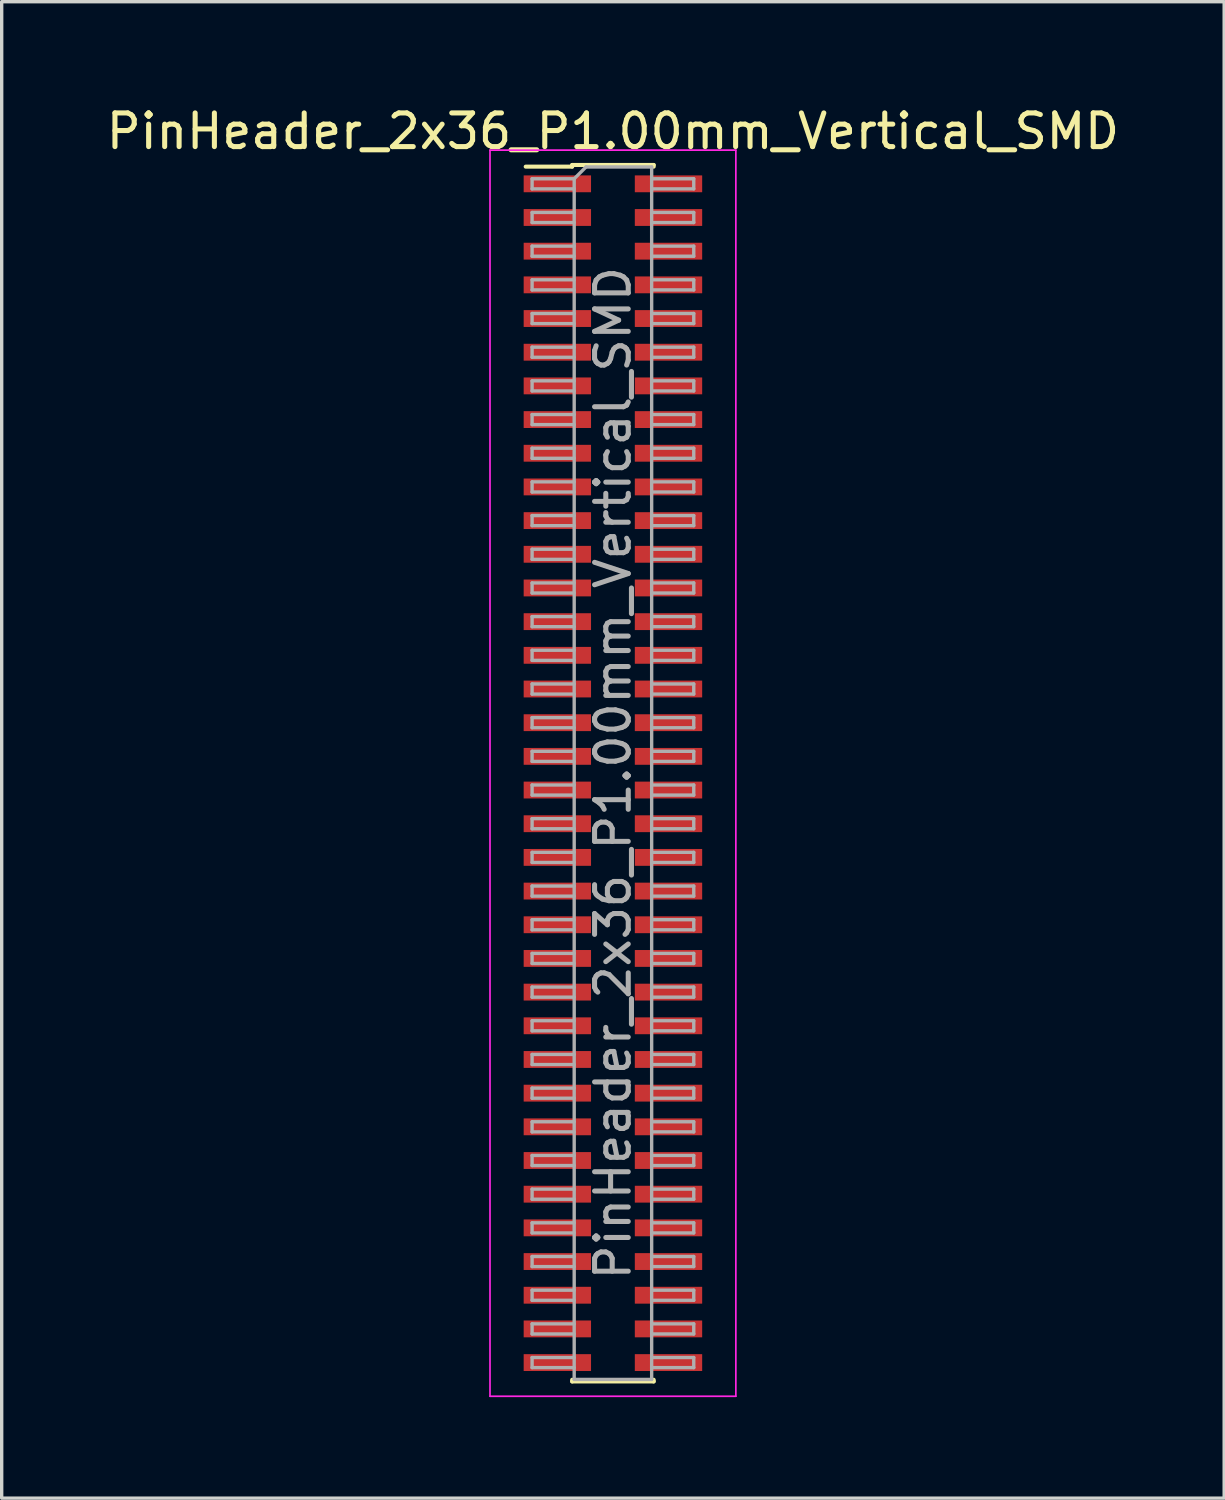
<source format=kicad_pcb>
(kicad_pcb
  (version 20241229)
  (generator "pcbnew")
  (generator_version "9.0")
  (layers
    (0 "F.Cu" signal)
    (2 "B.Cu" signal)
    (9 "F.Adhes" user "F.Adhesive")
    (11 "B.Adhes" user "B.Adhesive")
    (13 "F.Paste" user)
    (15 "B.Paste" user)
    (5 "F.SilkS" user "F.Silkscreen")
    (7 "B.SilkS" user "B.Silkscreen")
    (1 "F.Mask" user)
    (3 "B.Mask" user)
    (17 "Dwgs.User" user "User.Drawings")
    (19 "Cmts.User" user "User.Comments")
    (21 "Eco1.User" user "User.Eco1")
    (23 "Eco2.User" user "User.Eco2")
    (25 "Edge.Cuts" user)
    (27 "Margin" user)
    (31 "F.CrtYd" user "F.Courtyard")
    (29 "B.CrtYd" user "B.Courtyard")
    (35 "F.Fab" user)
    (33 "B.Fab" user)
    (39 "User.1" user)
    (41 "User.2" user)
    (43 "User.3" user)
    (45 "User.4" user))
  (footprint "PinHeader_2x36_P1.00mm_Vertical_SMD"
    (layer "F.Cu")
    (at 15.149 19.908)
    (property "Reference" "PinHeader_2x36_P1.00mm_Vertical_SMD" (at 0 -19.06 0) (layer "F.SilkS") (effects (font (size 1 1) (thickness 0.15))))
    (attr smd)
    (fp_line (start -2.59 -18.01) (end -1.21 -18.01) (stroke (width 0.12) (type solid)) (layer "F.SilkS"))
    (fp_line (start -1.21 -18.06) (end -1.21 -18.01) (stroke (width 0.12) (type solid)) (layer "F.SilkS"))
    (fp_line (start -1.21 -18.06) (end 1.21 -18.06) (stroke (width 0.12) (type solid)) (layer "F.SilkS"))
    (fp_line (start -1.21 18.01) (end -1.21 18.06) (stroke (width 0.12) (type solid)) (layer "F.SilkS"))
    (fp_line (start -1.21 18.06) (end 1.21 18.06) (stroke (width 0.12) (type solid)) (layer "F.SilkS"))
    (fp_line (start 1.21 -18.06) (end 1.21 -18.01) (stroke (width 0.12) (type solid)) (layer "F.SilkS"))
    (fp_line (start 1.21 18.01) (end 1.21 18.06) (stroke (width 0.12) (type solid)) (layer "F.SilkS"))
    (fp_line (start -3.65 -18.5) (end -3.65 18.5) (stroke (width 0.05) (type solid)) (layer "F.CrtYd"))
    (fp_line (start -3.65 18.5) (end 3.65 18.5) (stroke (width 0.05) (type solid)) (layer "F.CrtYd"))
    (fp_line (start 3.65 -18.5) (end -3.65 -18.5) (stroke (width 0.05) (type solid)) (layer "F.CrtYd"))
    (fp_line (start 3.65 18.5) (end 3.65 -18.5) (stroke (width 0.05) (type solid)) (layer "F.CrtYd"))
    (fp_line (start -2.4 -17.65) (end -2.4 -17.35) (stroke (width 0.1) (type solid)) (layer "F.Fab"))
    (fp_line (start -2.4 -17.35) (end -1.15 -17.35) (stroke (width 0.1) (type solid)) (layer "F.Fab"))
    (fp_line (start -2.4 -16.65) (end -2.4 -16.35) (stroke (width 0.1) (type solid)) (layer "F.Fab"))
    (fp_line (start -2.4 -16.35) (end -1.15 -16.35) (stroke (width 0.1) (type solid)) (layer "F.Fab"))
    (fp_line (start -2.4 -15.65) (end -2.4 -15.35) (stroke (width 0.1) (type solid)) (layer "F.Fab"))
    (fp_line (start -2.4 -15.35) (end -1.15 -15.35) (stroke (width 0.1) (type solid)) (layer "F.Fab"))
    (fp_line (start -2.4 -14.65) (end -2.4 -14.35) (stroke (width 0.1) (type solid)) (layer "F.Fab"))
    (fp_line (start -2.4 -14.35) (end -1.15 -14.35) (stroke (width 0.1) (type solid)) (layer "F.Fab"))
    (fp_line (start -2.4 -13.65) (end -2.4 -13.35) (stroke (width 0.1) (type solid)) (layer "F.Fab"))
    (fp_line (start -2.4 -13.35) (end -1.15 -13.35) (stroke (width 0.1) (type solid)) (layer "F.Fab"))
    (fp_line (start -2.4 -12.65) (end -2.4 -12.35) (stroke (width 0.1) (type solid)) (layer "F.Fab"))
    (fp_line (start -2.4 -12.35) (end -1.15 -12.35) (stroke (width 0.1) (type solid)) (layer "F.Fab"))
    (fp_line (start -2.4 -11.65) (end -2.4 -11.35) (stroke (width 0.1) (type solid)) (layer "F.Fab"))
    (fp_line (start -2.4 -11.35) (end -1.15 -11.35) (stroke (width 0.1) (type solid)) (layer "F.Fab"))
    (fp_line (start -2.4 -10.65) (end -2.4 -10.35) (stroke (width 0.1) (type solid)) (layer "F.Fab"))
    (fp_line (start -2.4 -10.35) (end -1.15 -10.35) (stroke (width 0.1) (type solid)) (layer "F.Fab"))
    (fp_line (start -2.4 -9.65) (end -2.4 -9.35) (stroke (width 0.1) (type solid)) (layer "F.Fab"))
    (fp_line (start -2.4 -9.35) (end -1.15 -9.35) (stroke (width 0.1) (type solid)) (layer "F.Fab"))
    (fp_line (start -2.4 -8.65) (end -2.4 -8.35) (stroke (width 0.1) (type solid)) (layer "F.Fab"))
    (fp_line (start -2.4 -8.35) (end -1.15 -8.35) (stroke (width 0.1) (type solid)) (layer "F.Fab"))
    (fp_line (start -2.4 -7.65) (end -2.4 -7.35) (stroke (width 0.1) (type solid)) (layer "F.Fab"))
    (fp_line (start -2.4 -7.35) (end -1.15 -7.35) (stroke (width 0.1) (type solid)) (layer "F.Fab"))
    (fp_line (start -2.4 -6.65) (end -2.4 -6.35) (stroke (width 0.1) (type solid)) (layer "F.Fab"))
    (fp_line (start -2.4 -6.35) (end -1.15 -6.35) (stroke (width 0.1) (type solid)) (layer "F.Fab"))
    (fp_line (start -2.4 -5.65) (end -2.4 -5.35) (stroke (width 0.1) (type solid)) (layer "F.Fab"))
    (fp_line (start -2.4 -5.35) (end -1.15 -5.35) (stroke (width 0.1) (type solid)) (layer "F.Fab"))
    (fp_line (start -2.4 -4.65) (end -2.4 -4.35) (stroke (width 0.1) (type solid)) (layer "F.Fab"))
    (fp_line (start -2.4 -4.35) (end -1.15 -4.35) (stroke (width 0.1) (type solid)) (layer "F.Fab"))
    (fp_line (start -2.4 -3.65) (end -2.4 -3.35) (stroke (width 0.1) (type solid)) (layer "F.Fab"))
    (fp_line (start -2.4 -3.35) (end -1.15 -3.35) (stroke (width 0.1) (type solid)) (layer "F.Fab"))
    (fp_line (start -2.4 -2.65) (end -2.4 -2.35) (stroke (width 0.1) (type solid)) (layer "F.Fab"))
    (fp_line (start -2.4 -2.35) (end -1.15 -2.35) (stroke (width 0.1) (type solid)) (layer "F.Fab"))
    (fp_line (start -2.4 -1.65) (end -2.4 -1.35) (stroke (width 0.1) (type solid)) (layer "F.Fab"))
    (fp_line (start -2.4 -1.35) (end -1.15 -1.35) (stroke (width 0.1) (type solid)) (layer "F.Fab"))
    (fp_line (start -2.4 -0.65) (end -2.4 -0.35) (stroke (width 0.1) (type solid)) (layer "F.Fab"))
    (fp_line (start -2.4 -0.35) (end -1.15 -0.35) (stroke (width 0.1) (type solid)) (layer "F.Fab"))
    (fp_line (start -2.4 0.35) (end -2.4 0.65) (stroke (width 0.1) (type solid)) (layer "F.Fab"))
    (fp_line (start -2.4 0.65) (end -1.15 0.65) (stroke (width 0.1) (type solid)) (layer "F.Fab"))
    (fp_line (start -2.4 1.35) (end -2.4 1.65) (stroke (width 0.1) (type solid)) (layer "F.Fab"))
    (fp_line (start -2.4 1.65) (end -1.15 1.65) (stroke (width 0.1) (type solid)) (layer "F.Fab"))
    (fp_line (start -2.4 2.35) (end -2.4 2.65) (stroke (width 0.1) (type solid)) (layer "F.Fab"))
    (fp_line (start -2.4 2.65) (end -1.15 2.65) (stroke (width 0.1) (type solid)) (layer "F.Fab"))
    (fp_line (start -2.4 3.35) (end -2.4 3.65) (stroke (width 0.1) (type solid)) (layer "F.Fab"))
    (fp_line (start -2.4 3.65) (end -1.15 3.65) (stroke (width 0.1) (type solid)) (layer "F.Fab"))
    (fp_line (start -2.4 4.35) (end -2.4 4.65) (stroke (width 0.1) (type solid)) (layer "F.Fab"))
    (fp_line (start -2.4 4.65) (end -1.15 4.65) (stroke (width 0.1) (type solid)) (layer "F.Fab"))
    (fp_line (start -2.4 5.35) (end -2.4 5.65) (stroke (width 0.1) (type solid)) (layer "F.Fab"))
    (fp_line (start -2.4 5.65) (end -1.15 5.65) (stroke (width 0.1) (type solid)) (layer "F.Fab"))
    (fp_line (start -2.4 6.35) (end -2.4 6.65) (stroke (width 0.1) (type solid)) (layer "F.Fab"))
    (fp_line (start -2.4 6.65) (end -1.15 6.65) (stroke (width 0.1) (type solid)) (layer "F.Fab"))
    (fp_line (start -2.4 7.35) (end -2.4 7.65) (stroke (width 0.1) (type solid)) (layer "F.Fab"))
    (fp_line (start -2.4 7.65) (end -1.15 7.65) (stroke (width 0.1) (type solid)) (layer "F.Fab"))
    (fp_line (start -2.4 8.35) (end -2.4 8.65) (stroke (width 0.1) (type solid)) (layer "F.Fab"))
    (fp_line (start -2.4 8.65) (end -1.15 8.65) (stroke (width 0.1) (type solid)) (layer "F.Fab"))
    (fp_line (start -2.4 9.35) (end -2.4 9.65) (stroke (width 0.1) (type solid)) (layer "F.Fab"))
    (fp_line (start -2.4 9.65) (end -1.15 9.65) (stroke (width 0.1) (type solid)) (layer "F.Fab"))
    (fp_line (start -2.4 10.35) (end -2.4 10.65) (stroke (width 0.1) (type solid)) (layer "F.Fab"))
    (fp_line (start -2.4 10.65) (end -1.15 10.65) (stroke (width 0.1) (type solid)) (layer "F.Fab"))
    (fp_line (start -2.4 11.35) (end -2.4 11.65) (stroke (width 0.1) (type solid)) (layer "F.Fab"))
    (fp_line (start -2.4 11.65) (end -1.15 11.65) (stroke (width 0.1) (type solid)) (layer "F.Fab"))
    (fp_line (start -2.4 12.35) (end -2.4 12.65) (stroke (width 0.1) (type solid)) (layer "F.Fab"))
    (fp_line (start -2.4 12.65) (end -1.15 12.65) (stroke (width 0.1) (type solid)) (layer "F.Fab"))
    (fp_line (start -2.4 13.35) (end -2.4 13.65) (stroke (width 0.1) (type solid)) (layer "F.Fab"))
    (fp_line (start -2.4 13.65) (end -1.15 13.65) (stroke (width 0.1) (type solid)) (layer "F.Fab"))
    (fp_line (start -2.4 14.35) (end -2.4 14.65) (stroke (width 0.1) (type solid)) (layer "F.Fab"))
    (fp_line (start -2.4 14.65) (end -1.15 14.65) (stroke (width 0.1) (type solid)) (layer "F.Fab"))
    (fp_line (start -2.4 15.35) (end -2.4 15.65) (stroke (width 0.1) (type solid)) (layer "F.Fab"))
    (fp_line (start -2.4 15.65) (end -1.15 15.65) (stroke (width 0.1) (type solid)) (layer "F.Fab"))
    (fp_line (start -2.4 16.35) (end -2.4 16.65) (stroke (width 0.1) (type solid)) (layer "F.Fab"))
    (fp_line (start -2.4 16.65) (end -1.15 16.65) (stroke (width 0.1) (type solid)) (layer "F.Fab"))
    (fp_line (start -2.4 17.35) (end -2.4 17.65) (stroke (width 0.1) (type solid)) (layer "F.Fab"))
    (fp_line (start -2.4 17.65) (end -1.15 17.65) (stroke (width 0.1) (type solid)) (layer "F.Fab"))
    (fp_line (start -1.15 -17.65) (end -2.4 -17.65) (stroke (width 0.1) (type solid)) (layer "F.Fab"))
    (fp_line (start -1.15 -17.65) (end -0.8 -18) (stroke (width 0.1) (type solid)) (layer "F.Fab"))
    (fp_line (start -1.15 -16.65) (end -2.4 -16.65) (stroke (width 0.1) (type solid)) (layer "F.Fab"))
    (fp_line (start -1.15 -15.65) (end -2.4 -15.65) (stroke (width 0.1) (type solid)) (layer "F.Fab"))
    (fp_line (start -1.15 -14.65) (end -2.4 -14.65) (stroke (width 0.1) (type solid)) (layer "F.Fab"))
    (fp_line (start -1.15 -13.65) (end -2.4 -13.65) (stroke (width 0.1) (type solid)) (layer "F.Fab"))
    (fp_line (start -1.15 -12.65) (end -2.4 -12.65) (stroke (width 0.1) (type solid)) (layer "F.Fab"))
    (fp_line (start -1.15 -11.65) (end -2.4 -11.65) (stroke (width 0.1) (type solid)) (layer "F.Fab"))
    (fp_line (start -1.15 -10.65) (end -2.4 -10.65) (stroke (width 0.1) (type solid)) (layer "F.Fab"))
    (fp_line (start -1.15 -9.65) (end -2.4 -9.65) (stroke (width 0.1) (type solid)) (layer "F.Fab"))
    (fp_line (start -1.15 -8.65) (end -2.4 -8.65) (stroke (width 0.1) (type solid)) (layer "F.Fab"))
    (fp_line (start -1.15 -7.65) (end -2.4 -7.65) (stroke (width 0.1) (type solid)) (layer "F.Fab"))
    (fp_line (start -1.15 -6.65) (end -2.4 -6.65) (stroke (width 0.1) (type solid)) (layer "F.Fab"))
    (fp_line (start -1.15 -5.65) (end -2.4 -5.65) (stroke (width 0.1) (type solid)) (layer "F.Fab"))
    (fp_line (start -1.15 -4.65) (end -2.4 -4.65) (stroke (width 0.1) (type solid)) (layer "F.Fab"))
    (fp_line (start -1.15 -3.65) (end -2.4 -3.65) (stroke (width 0.1) (type solid)) (layer "F.Fab"))
    (fp_line (start -1.15 -2.65) (end -2.4 -2.65) (stroke (width 0.1) (type solid)) (layer "F.Fab"))
    (fp_line (start -1.15 -1.65) (end -2.4 -1.65) (stroke (width 0.1) (type solid)) (layer "F.Fab"))
    (fp_line (start -1.15 -0.65) (end -2.4 -0.65) (stroke (width 0.1) (type solid)) (layer "F.Fab"))
    (fp_line (start -1.15 0.35) (end -2.4 0.35) (stroke (width 0.1) (type solid)) (layer "F.Fab"))
    (fp_line (start -1.15 1.35) (end -2.4 1.35) (stroke (width 0.1) (type solid)) (layer "F.Fab"))
    (fp_line (start -1.15 2.35) (end -2.4 2.35) (stroke (width 0.1) (type solid)) (layer "F.Fab"))
    (fp_line (start -1.15 3.35) (end -2.4 3.35) (stroke (width 0.1) (type solid)) (layer "F.Fab"))
    (fp_line (start -1.15 4.35) (end -2.4 4.35) (stroke (width 0.1) (type solid)) (layer "F.Fab"))
    (fp_line (start -1.15 5.35) (end -2.4 5.35) (stroke (width 0.1) (type solid)) (layer "F.Fab"))
    (fp_line (start -1.15 6.35) (end -2.4 6.35) (stroke (width 0.1) (type solid)) (layer "F.Fab"))
    (fp_line (start -1.15 7.35) (end -2.4 7.35) (stroke (width 0.1) (type solid)) (layer "F.Fab"))
    (fp_line (start -1.15 8.35) (end -2.4 8.35) (stroke (width 0.1) (type solid)) (layer "F.Fab"))
    (fp_line (start -1.15 9.35) (end -2.4 9.35) (stroke (width 0.1) (type solid)) (layer "F.Fab"))
    (fp_line (start -1.15 10.35) (end -2.4 10.35) (stroke (width 0.1) (type solid)) (layer "F.Fab"))
    (fp_line (start -1.15 11.35) (end -2.4 11.35) (stroke (width 0.1) (type solid)) (layer "F.Fab"))
    (fp_line (start -1.15 12.35) (end -2.4 12.35) (stroke (width 0.1) (type solid)) (layer "F.Fab"))
    (fp_line (start -1.15 13.35) (end -2.4 13.35) (stroke (width 0.1) (type solid)) (layer "F.Fab"))
    (fp_line (start -1.15 14.35) (end -2.4 14.35) (stroke (width 0.1) (type solid)) (layer "F.Fab"))
    (fp_line (start -1.15 15.35) (end -2.4 15.35) (stroke (width 0.1) (type solid)) (layer "F.Fab"))
    (fp_line (start -1.15 16.35) (end -2.4 16.35) (stroke (width 0.1) (type solid)) (layer "F.Fab"))
    (fp_line (start -1.15 17.35) (end -2.4 17.35) (stroke (width 0.1) (type solid)) (layer "F.Fab"))
    (fp_line (start -1.15 18) (end -1.15 -17.65) (stroke (width 0.1) (type solid)) (layer "F.Fab"))
    (fp_line (start -0.8 -18) (end 1.15 -18) (stroke (width 0.1) (type solid)) (layer "F.Fab"))
    (fp_line (start 1.15 -18) (end 1.15 18) (stroke (width 0.1) (type solid)) (layer "F.Fab"))
    (fp_line (start 1.15 -17.65) (end 2.4 -17.65) (stroke (width 0.1) (type solid)) (layer "F.Fab"))
    (fp_line (start 1.15 -16.65) (end 2.4 -16.65) (stroke (width 0.1) (type solid)) (layer "F.Fab"))
    (fp_line (start 1.15 -15.65) (end 2.4 -15.65) (stroke (width 0.1) (type solid)) (layer "F.Fab"))
    (fp_line (start 1.15 -14.65) (end 2.4 -14.65) (stroke (width 0.1) (type solid)) (layer "F.Fab"))
    (fp_line (start 1.15 -13.65) (end 2.4 -13.65) (stroke (width 0.1) (type solid)) (layer "F.Fab"))
    (fp_line (start 1.15 -12.65) (end 2.4 -12.65) (stroke (width 0.1) (type solid)) (layer "F.Fab"))
    (fp_line (start 1.15 -11.65) (end 2.4 -11.65) (stroke (width 0.1) (type solid)) (layer "F.Fab"))
    (fp_line (start 1.15 -10.65) (end 2.4 -10.65) (stroke (width 0.1) (type solid)) (layer "F.Fab"))
    (fp_line (start 1.15 -9.65) (end 2.4 -9.65) (stroke (width 0.1) (type solid)) (layer "F.Fab"))
    (fp_line (start 1.15 -8.65) (end 2.4 -8.65) (stroke (width 0.1) (type solid)) (layer "F.Fab"))
    (fp_line (start 1.15 -7.65) (end 2.4 -7.65) (stroke (width 0.1) (type solid)) (layer "F.Fab"))
    (fp_line (start 1.15 -6.65) (end 2.4 -6.65) (stroke (width 0.1) (type solid)) (layer "F.Fab"))
    (fp_line (start 1.15 -5.65) (end 2.4 -5.65) (stroke (width 0.1) (type solid)) (layer "F.Fab"))
    (fp_line (start 1.15 -4.65) (end 2.4 -4.65) (stroke (width 0.1) (type solid)) (layer "F.Fab"))
    (fp_line (start 1.15 -3.65) (end 2.4 -3.65) (stroke (width 0.1) (type solid)) (layer "F.Fab"))
    (fp_line (start 1.15 -2.65) (end 2.4 -2.65) (stroke (width 0.1) (type solid)) (layer "F.Fab"))
    (fp_line (start 1.15 -1.65) (end 2.4 -1.65) (stroke (width 0.1) (type solid)) (layer "F.Fab"))
    (fp_line (start 1.15 -0.65) (end 2.4 -0.65) (stroke (width 0.1) (type solid)) (layer "F.Fab"))
    (fp_line (start 1.15 0.35) (end 2.4 0.35) (stroke (width 0.1) (type solid)) (layer "F.Fab"))
    (fp_line (start 1.15 1.35) (end 2.4 1.35) (stroke (width 0.1) (type solid)) (layer "F.Fab"))
    (fp_line (start 1.15 2.35) (end 2.4 2.35) (stroke (width 0.1) (type solid)) (layer "F.Fab"))
    (fp_line (start 1.15 3.35) (end 2.4 3.35) (stroke (width 0.1) (type solid)) (layer "F.Fab"))
    (fp_line (start 1.15 4.35) (end 2.4 4.35) (stroke (width 0.1) (type solid)) (layer "F.Fab"))
    (fp_line (start 1.15 5.35) (end 2.4 5.35) (stroke (width 0.1) (type solid)) (layer "F.Fab"))
    (fp_line (start 1.15 6.35) (end 2.4 6.35) (stroke (width 0.1) (type solid)) (layer "F.Fab"))
    (fp_line (start 1.15 7.35) (end 2.4 7.35) (stroke (width 0.1) (type solid)) (layer "F.Fab"))
    (fp_line (start 1.15 8.35) (end 2.4 8.35) (stroke (width 0.1) (type solid)) (layer "F.Fab"))
    (fp_line (start 1.15 9.35) (end 2.4 9.35) (stroke (width 0.1) (type solid)) (layer "F.Fab"))
    (fp_line (start 1.15 10.35) (end 2.4 10.35) (stroke (width 0.1) (type solid)) (layer "F.Fab"))
    (fp_line (start 1.15 11.35) (end 2.4 11.35) (stroke (width 0.1) (type solid)) (layer "F.Fab"))
    (fp_line (start 1.15 12.35) (end 2.4 12.35) (stroke (width 0.1) (type solid)) (layer "F.Fab"))
    (fp_line (start 1.15 13.35) (end 2.4 13.35) (stroke (width 0.1) (type solid)) (layer "F.Fab"))
    (fp_line (start 1.15 14.35) (end 2.4 14.35) (stroke (width 0.1) (type solid)) (layer "F.Fab"))
    (fp_line (start 1.15 15.35) (end 2.4 15.35) (stroke (width 0.1) (type solid)) (layer "F.Fab"))
    (fp_line (start 1.15 16.35) (end 2.4 16.35) (stroke (width 0.1) (type solid)) (layer "F.Fab"))
    (fp_line (start 1.15 17.35) (end 2.4 17.35) (stroke (width 0.1) (type solid)) (layer "F.Fab"))
    (fp_line (start 1.15 18) (end -1.15 18) (stroke (width 0.1) (type solid)) (layer "F.Fab"))
    (fp_line (start 2.4 -17.65) (end 2.4 -17.35) (stroke (width 0.1) (type solid)) (layer "F.Fab"))
    (fp_line (start 2.4 -17.35) (end 1.15 -17.35) (stroke (width 0.1) (type solid)) (layer "F.Fab"))
    (fp_line (start 2.4 -16.65) (end 2.4 -16.35) (stroke (width 0.1) (type solid)) (layer "F.Fab"))
    (fp_line (start 2.4 -16.35) (end 1.15 -16.35) (stroke (width 0.1) (type solid)) (layer "F.Fab"))
    (fp_line (start 2.4 -15.65) (end 2.4 -15.35) (stroke (width 0.1) (type solid)) (layer "F.Fab"))
    (fp_line (start 2.4 -15.35) (end 1.15 -15.35) (stroke (width 0.1) (type solid)) (layer "F.Fab"))
    (fp_line (start 2.4 -14.65) (end 2.4 -14.35) (stroke (width 0.1) (type solid)) (layer "F.Fab"))
    (fp_line (start 2.4 -14.35) (end 1.15 -14.35) (stroke (width 0.1) (type solid)) (layer "F.Fab"))
    (fp_line (start 2.4 -13.65) (end 2.4 -13.35) (stroke (width 0.1) (type solid)) (layer "F.Fab"))
    (fp_line (start 2.4 -13.35) (end 1.15 -13.35) (stroke (width 0.1) (type solid)) (layer "F.Fab"))
    (fp_line (start 2.4 -12.65) (end 2.4 -12.35) (stroke (width 0.1) (type solid)) (layer "F.Fab"))
    (fp_line (start 2.4 -12.35) (end 1.15 -12.35) (stroke (width 0.1) (type solid)) (layer "F.Fab"))
    (fp_line (start 2.4 -11.65) (end 2.4 -11.35) (stroke (width 0.1) (type solid)) (layer "F.Fab"))
    (fp_line (start 2.4 -11.35) (end 1.15 -11.35) (stroke (width 0.1) (type solid)) (layer "F.Fab"))
    (fp_line (start 2.4 -10.65) (end 2.4 -10.35) (stroke (width 0.1) (type solid)) (layer "F.Fab"))
    (fp_line (start 2.4 -10.35) (end 1.15 -10.35) (stroke (width 0.1) (type solid)) (layer "F.Fab"))
    (fp_line (start 2.4 -9.65) (end 2.4 -9.35) (stroke (width 0.1) (type solid)) (layer "F.Fab"))
    (fp_line (start 2.4 -9.35) (end 1.15 -9.35) (stroke (width 0.1) (type solid)) (layer "F.Fab"))
    (fp_line (start 2.4 -8.65) (end 2.4 -8.35) (stroke (width 0.1) (type solid)) (layer "F.Fab"))
    (fp_line (start 2.4 -8.35) (end 1.15 -8.35) (stroke (width 0.1) (type solid)) (layer "F.Fab"))
    (fp_line (start 2.4 -7.65) (end 2.4 -7.35) (stroke (width 0.1) (type solid)) (layer "F.Fab"))
    (fp_line (start 2.4 -7.35) (end 1.15 -7.35) (stroke (width 0.1) (type solid)) (layer "F.Fab"))
    (fp_line (start 2.4 -6.65) (end 2.4 -6.35) (stroke (width 0.1) (type solid)) (layer "F.Fab"))
    (fp_line (start 2.4 -6.35) (end 1.15 -6.35) (stroke (width 0.1) (type solid)) (layer "F.Fab"))
    (fp_line (start 2.4 -5.65) (end 2.4 -5.35) (stroke (width 0.1) (type solid)) (layer "F.Fab"))
    (fp_line (start 2.4 -5.35) (end 1.15 -5.35) (stroke (width 0.1) (type solid)) (layer "F.Fab"))
    (fp_line (start 2.4 -4.65) (end 2.4 -4.35) (stroke (width 0.1) (type solid)) (layer "F.Fab"))
    (fp_line (start 2.4 -4.35) (end 1.15 -4.35) (stroke (width 0.1) (type solid)) (layer "F.Fab"))
    (fp_line (start 2.4 -3.65) (end 2.4 -3.35) (stroke (width 0.1) (type solid)) (layer "F.Fab"))
    (fp_line (start 2.4 -3.35) (end 1.15 -3.35) (stroke (width 0.1) (type solid)) (layer "F.Fab"))
    (fp_line (start 2.4 -2.65) (end 2.4 -2.35) (stroke (width 0.1) (type solid)) (layer "F.Fab"))
    (fp_line (start 2.4 -2.35) (end 1.15 -2.35) (stroke (width 0.1) (type solid)) (layer "F.Fab"))
    (fp_line (start 2.4 -1.65) (end 2.4 -1.35) (stroke (width 0.1) (type solid)) (layer "F.Fab"))
    (fp_line (start 2.4 -1.35) (end 1.15 -1.35) (stroke (width 0.1) (type solid)) (layer "F.Fab"))
    (fp_line (start 2.4 -0.65) (end 2.4 -0.35) (stroke (width 0.1) (type solid)) (layer "F.Fab"))
    (fp_line (start 2.4 -0.35) (end 1.15 -0.35) (stroke (width 0.1) (type solid)) (layer "F.Fab"))
    (fp_line (start 2.4 0.35) (end 2.4 0.65) (stroke (width 0.1) (type solid)) (layer "F.Fab"))
    (fp_line (start 2.4 0.65) (end 1.15 0.65) (stroke (width 0.1) (type solid)) (layer "F.Fab"))
    (fp_line (start 2.4 1.35) (end 2.4 1.65) (stroke (width 0.1) (type solid)) (layer "F.Fab"))
    (fp_line (start 2.4 1.65) (end 1.15 1.65) (stroke (width 0.1) (type solid)) (layer "F.Fab"))
    (fp_line (start 2.4 2.35) (end 2.4 2.65) (stroke (width 0.1) (type solid)) (layer "F.Fab"))
    (fp_line (start 2.4 2.65) (end 1.15 2.65) (stroke (width 0.1) (type solid)) (layer "F.Fab"))
    (fp_line (start 2.4 3.35) (end 2.4 3.65) (stroke (width 0.1) (type solid)) (layer "F.Fab"))
    (fp_line (start 2.4 3.65) (end 1.15 3.65) (stroke (width 0.1) (type solid)) (layer "F.Fab"))
    (fp_line (start 2.4 4.35) (end 2.4 4.65) (stroke (width 0.1) (type solid)) (layer "F.Fab"))
    (fp_line (start 2.4 4.65) (end 1.15 4.65) (stroke (width 0.1) (type solid)) (layer "F.Fab"))
    (fp_line (start 2.4 5.35) (end 2.4 5.65) (stroke (width 0.1) (type solid)) (layer "F.Fab"))
    (fp_line (start 2.4 5.65) (end 1.15 5.65) (stroke (width 0.1) (type solid)) (layer "F.Fab"))
    (fp_line (start 2.4 6.35) (end 2.4 6.65) (stroke (width 0.1) (type solid)) (layer "F.Fab"))
    (fp_line (start 2.4 6.65) (end 1.15 6.65) (stroke (width 0.1) (type solid)) (layer "F.Fab"))
    (fp_line (start 2.4 7.35) (end 2.4 7.65) (stroke (width 0.1) (type solid)) (layer "F.Fab"))
    (fp_line (start 2.4 7.65) (end 1.15 7.65) (stroke (width 0.1) (type solid)) (layer "F.Fab"))
    (fp_line (start 2.4 8.35) (end 2.4 8.65) (stroke (width 0.1) (type solid)) (layer "F.Fab"))
    (fp_line (start 2.4 8.65) (end 1.15 8.65) (stroke (width 0.1) (type solid)) (layer "F.Fab"))
    (fp_line (start 2.4 9.35) (end 2.4 9.65) (stroke (width 0.1) (type solid)) (layer "F.Fab"))
    (fp_line (start 2.4 9.65) (end 1.15 9.65) (stroke (width 0.1) (type solid)) (layer "F.Fab"))
    (fp_line (start 2.4 10.35) (end 2.4 10.65) (stroke (width 0.1) (type solid)) (layer "F.Fab"))
    (fp_line (start 2.4 10.65) (end 1.15 10.65) (stroke (width 0.1) (type solid)) (layer "F.Fab"))
    (fp_line (start 2.4 11.35) (end 2.4 11.65) (stroke (width 0.1) (type solid)) (layer "F.Fab"))
    (fp_line (start 2.4 11.65) (end 1.15 11.65) (stroke (width 0.1) (type solid)) (layer "F.Fab"))
    (fp_line (start 2.4 12.35) (end 2.4 12.65) (stroke (width 0.1) (type solid)) (layer "F.Fab"))
    (fp_line (start 2.4 12.65) (end 1.15 12.65) (stroke (width 0.1) (type solid)) (layer "F.Fab"))
    (fp_line (start 2.4 13.35) (end 2.4 13.65) (stroke (width 0.1) (type solid)) (layer "F.Fab"))
    (fp_line (start 2.4 13.65) (end 1.15 13.65) (stroke (width 0.1) (type solid)) (layer "F.Fab"))
    (fp_line (start 2.4 14.35) (end 2.4 14.65) (stroke (width 0.1) (type solid)) (layer "F.Fab"))
    (fp_line (start 2.4 14.65) (end 1.15 14.65) (stroke (width 0.1) (type solid)) (layer "F.Fab"))
    (fp_line (start 2.4 15.35) (end 2.4 15.65) (stroke (width 0.1) (type solid)) (layer "F.Fab"))
    (fp_line (start 2.4 15.65) (end 1.15 15.65) (stroke (width 0.1) (type solid)) (layer "F.Fab"))
    (fp_line (start 2.4 16.35) (end 2.4 16.65) (stroke (width 0.1) (type solid)) (layer "F.Fab"))
    (fp_line (start 2.4 16.65) (end 1.15 16.65) (stroke (width 0.1) (type solid)) (layer "F.Fab"))
    (fp_line (start 2.4 17.35) (end 2.4 17.65) (stroke (width 0.1) (type solid)) (layer "F.Fab"))
    (fp_line (start 2.4 17.65) (end 1.15 17.65) (stroke (width 0.1) (type solid)) (layer "F.Fab"))
    (fp_text user "${REFERENCE}" (at 0 0 90) (layer "F.Fab") (effects (font (size 1 1) (thickness 0.15))))
    (pad "1" smd rect (at -1.65 -17.5) (size 2 0.5) (layers "F.Cu" "F.Mask" "F.Paste"))
    (pad "2" smd rect (at 1.65 -17.5) (size 2 0.5) (layers "F.Cu" "F.Mask" "F.Paste"))
    (pad "3" smd rect (at -1.65 -16.5) (size 2 0.5) (layers "F.Cu" "F.Mask" "F.Paste"))
    (pad "4" smd rect (at 1.65 -16.5) (size 2 0.5) (layers "F.Cu" "F.Mask" "F.Paste"))
    (pad "5" smd rect (at -1.65 -15.5) (size 2 0.5) (layers "F.Cu" "F.Mask" "F.Paste"))
    (pad "6" smd rect (at 1.65 -15.5) (size 2 0.5) (layers "F.Cu" "F.Mask" "F.Paste"))
    (pad "7" smd rect (at -1.65 -14.5) (size 2 0.5) (layers "F.Cu" "F.Mask" "F.Paste"))
    (pad "8" smd rect (at 1.65 -14.5) (size 2 0.5) (layers "F.Cu" "F.Mask" "F.Paste"))
    (pad "9" smd rect (at -1.65 -13.5) (size 2 0.5) (layers "F.Cu" "F.Mask" "F.Paste"))
    (pad "10" smd rect (at 1.65 -13.5) (size 2 0.5) (layers "F.Cu" "F.Mask" "F.Paste"))
    (pad "11" smd rect (at -1.65 -12.5) (size 2 0.5) (layers "F.Cu" "F.Mask" "F.Paste"))
    (pad "12" smd rect (at 1.65 -12.5) (size 2 0.5) (layers "F.Cu" "F.Mask" "F.Paste"))
    (pad "13" smd rect (at -1.65 -11.5) (size 2 0.5) (layers "F.Cu" "F.Mask" "F.Paste"))
    (pad "14" smd rect (at 1.65 -11.5) (size 2 0.5) (layers "F.Cu" "F.Mask" "F.Paste"))
    (pad "15" smd rect (at -1.65 -10.5) (size 2 0.5) (layers "F.Cu" "F.Mask" "F.Paste"))
    (pad "16" smd rect (at 1.65 -10.5) (size 2 0.5) (layers "F.Cu" "F.Mask" "F.Paste"))
    (pad "17" smd rect (at -1.65 -9.5) (size 2 0.5) (layers "F.Cu" "F.Mask" "F.Paste"))
    (pad "18" smd rect (at 1.65 -9.5) (size 2 0.5) (layers "F.Cu" "F.Mask" "F.Paste"))
    (pad "19" smd rect (at -1.65 -8.5) (size 2 0.5) (layers "F.Cu" "F.Mask" "F.Paste"))
    (pad "20" smd rect (at 1.65 -8.5) (size 2 0.5) (layers "F.Cu" "F.Mask" "F.Paste"))
    (pad "21" smd rect (at -1.65 -7.5) (size 2 0.5) (layers "F.Cu" "F.Mask" "F.Paste"))
    (pad "22" smd rect (at 1.65 -7.5) (size 2 0.5) (layers "F.Cu" "F.Mask" "F.Paste"))
    (pad "23" smd rect (at -1.65 -6.5) (size 2 0.5) (layers "F.Cu" "F.Mask" "F.Paste"))
    (pad "24" smd rect (at 1.65 -6.5) (size 2 0.5) (layers "F.Cu" "F.Mask" "F.Paste"))
    (pad "25" smd rect (at -1.65 -5.5) (size 2 0.5) (layers "F.Cu" "F.Mask" "F.Paste"))
    (pad "26" smd rect (at 1.65 -5.5) (size 2 0.5) (layers "F.Cu" "F.Mask" "F.Paste"))
    (pad "27" smd rect (at -1.65 -4.5) (size 2 0.5) (layers "F.Cu" "F.Mask" "F.Paste"))
    (pad "28" smd rect (at 1.65 -4.5) (size 2 0.5) (layers "F.Cu" "F.Mask" "F.Paste"))
    (pad "29" smd rect (at -1.65 -3.5) (size 2 0.5) (layers "F.Cu" "F.Mask" "F.Paste"))
    (pad "30" smd rect (at 1.65 -3.5) (size 2 0.5) (layers "F.Cu" "F.Mask" "F.Paste"))
    (pad "31" smd rect (at -1.65 -2.5) (size 2 0.5) (layers "F.Cu" "F.Mask" "F.Paste"))
    (pad "32" smd rect (at 1.65 -2.5) (size 2 0.5) (layers "F.Cu" "F.Mask" "F.Paste"))
    (pad "33" smd rect (at -1.65 -1.5) (size 2 0.5) (layers "F.Cu" "F.Mask" "F.Paste"))
    (pad "34" smd rect (at 1.65 -1.5) (size 2 0.5) (layers "F.Cu" "F.Mask" "F.Paste"))
    (pad "35" smd rect (at -1.65 -0.5) (size 2 0.5) (layers "F.Cu" "F.Mask" "F.Paste"))
    (pad "36" smd rect (at 1.65 -0.5) (size 2 0.5) (layers "F.Cu" "F.Mask" "F.Paste"))
    (pad "37" smd rect (at -1.65 0.5) (size 2 0.5) (layers "F.Cu" "F.Mask" "F.Paste"))
    (pad "38" smd rect (at 1.65 0.5) (size 2 0.5) (layers "F.Cu" "F.Mask" "F.Paste"))
    (pad "39" smd rect (at -1.65 1.5) (size 2 0.5) (layers "F.Cu" "F.Mask" "F.Paste"))
    (pad "40" smd rect (at 1.65 1.5) (size 2 0.5) (layers "F.Cu" "F.Mask" "F.Paste"))
    (pad "41" smd rect (at -1.65 2.5) (size 2 0.5) (layers "F.Cu" "F.Mask" "F.Paste"))
    (pad "42" smd rect (at 1.65 2.5) (size 2 0.5) (layers "F.Cu" "F.Mask" "F.Paste"))
    (pad "43" smd rect (at -1.65 3.5) (size 2 0.5) (layers "F.Cu" "F.Mask" "F.Paste"))
    (pad "44" smd rect (at 1.65 3.5) (size 2 0.5) (layers "F.Cu" "F.Mask" "F.Paste"))
    (pad "45" smd rect (at -1.65 4.5) (size 2 0.5) (layers "F.Cu" "F.Mask" "F.Paste"))
    (pad "46" smd rect (at 1.65 4.5) (size 2 0.5) (layers "F.Cu" "F.Mask" "F.Paste"))
    (pad "47" smd rect (at -1.65 5.5) (size 2 0.5) (layers "F.Cu" "F.Mask" "F.Paste"))
    (pad "48" smd rect (at 1.65 5.5) (size 2 0.5) (layers "F.Cu" "F.Mask" "F.Paste"))
    (pad "49" smd rect (at -1.65 6.5) (size 2 0.5) (layers "F.Cu" "F.Mask" "F.Paste"))
    (pad "50" smd rect (at 1.65 6.5) (size 2 0.5) (layers "F.Cu" "F.Mask" "F.Paste"))
    (pad "51" smd rect (at -1.65 7.5) (size 2 0.5) (layers "F.Cu" "F.Mask" "F.Paste"))
    (pad "52" smd rect (at 1.65 7.5) (size 2 0.5) (layers "F.Cu" "F.Mask" "F.Paste"))
    (pad "53" smd rect (at -1.65 8.5) (size 2 0.5) (layers "F.Cu" "F.Mask" "F.Paste"))
    (pad "54" smd rect (at 1.65 8.5) (size 2 0.5) (layers "F.Cu" "F.Mask" "F.Paste"))
    (pad "55" smd rect (at -1.65 9.5) (size 2 0.5) (layers "F.Cu" "F.Mask" "F.Paste"))
    (pad "56" smd rect (at 1.65 9.5) (size 2 0.5) (layers "F.Cu" "F.Mask" "F.Paste"))
    (pad "57" smd rect (at -1.65 10.5) (size 2 0.5) (layers "F.Cu" "F.Mask" "F.Paste"))
    (pad "58" smd rect (at 1.65 10.5) (size 2 0.5) (layers "F.Cu" "F.Mask" "F.Paste"))
    (pad "59" smd rect (at -1.65 11.5) (size 2 0.5) (layers "F.Cu" "F.Mask" "F.Paste"))
    (pad "60" smd rect (at 1.65 11.5) (size 2 0.5) (layers "F.Cu" "F.Mask" "F.Paste"))
    (pad "61" smd rect (at -1.65 12.5) (size 2 0.5) (layers "F.Cu" "F.Mask" "F.Paste"))
    (pad "62" smd rect (at 1.65 12.5) (size 2 0.5) (layers "F.Cu" "F.Mask" "F.Paste"))
    (pad "63" smd rect (at -1.65 13.5) (size 2 0.5) (layers "F.Cu" "F.Mask" "F.Paste"))
    (pad "64" smd rect (at 1.65 13.5) (size 2 0.5) (layers "F.Cu" "F.Mask" "F.Paste"))
    (pad "65" smd rect (at -1.65 14.5) (size 2 0.5) (layers "F.Cu" "F.Mask" "F.Paste"))
    (pad "66" smd rect (at 1.65 14.5) (size 2 0.5) (layers "F.Cu" "F.Mask" "F.Paste"))
    (pad "67" smd rect (at -1.65 15.5) (size 2 0.5) (layers "F.Cu" "F.Mask" "F.Paste"))
    (pad "68" smd rect (at 1.65 15.5) (size 2 0.5) (layers "F.Cu" "F.Mask" "F.Paste"))
    (pad "69" smd rect (at -1.65 16.5) (size 2 0.5) (layers "F.Cu" "F.Mask" "F.Paste"))
    (pad "70" smd rect (at 1.65 16.5) (size 2 0.5) (layers "F.Cu" "F.Mask" "F.Paste"))
    (pad "71" smd rect (at -1.65 17.5) (size 2 0.5) (layers "F.Cu" "F.Mask" "F.Paste"))
    (pad "72" smd rect (at 1.65 17.5) (size 2 0.5) (layers "F.Cu" "F.Mask" "F.Paste")))
  (gr_rect
    (start -3 -3)
    (end 33.298 41.433)
    (stroke (width 0.1) (type default))
    (fill no)
    (layer "Edge.Cuts")))
</source>
